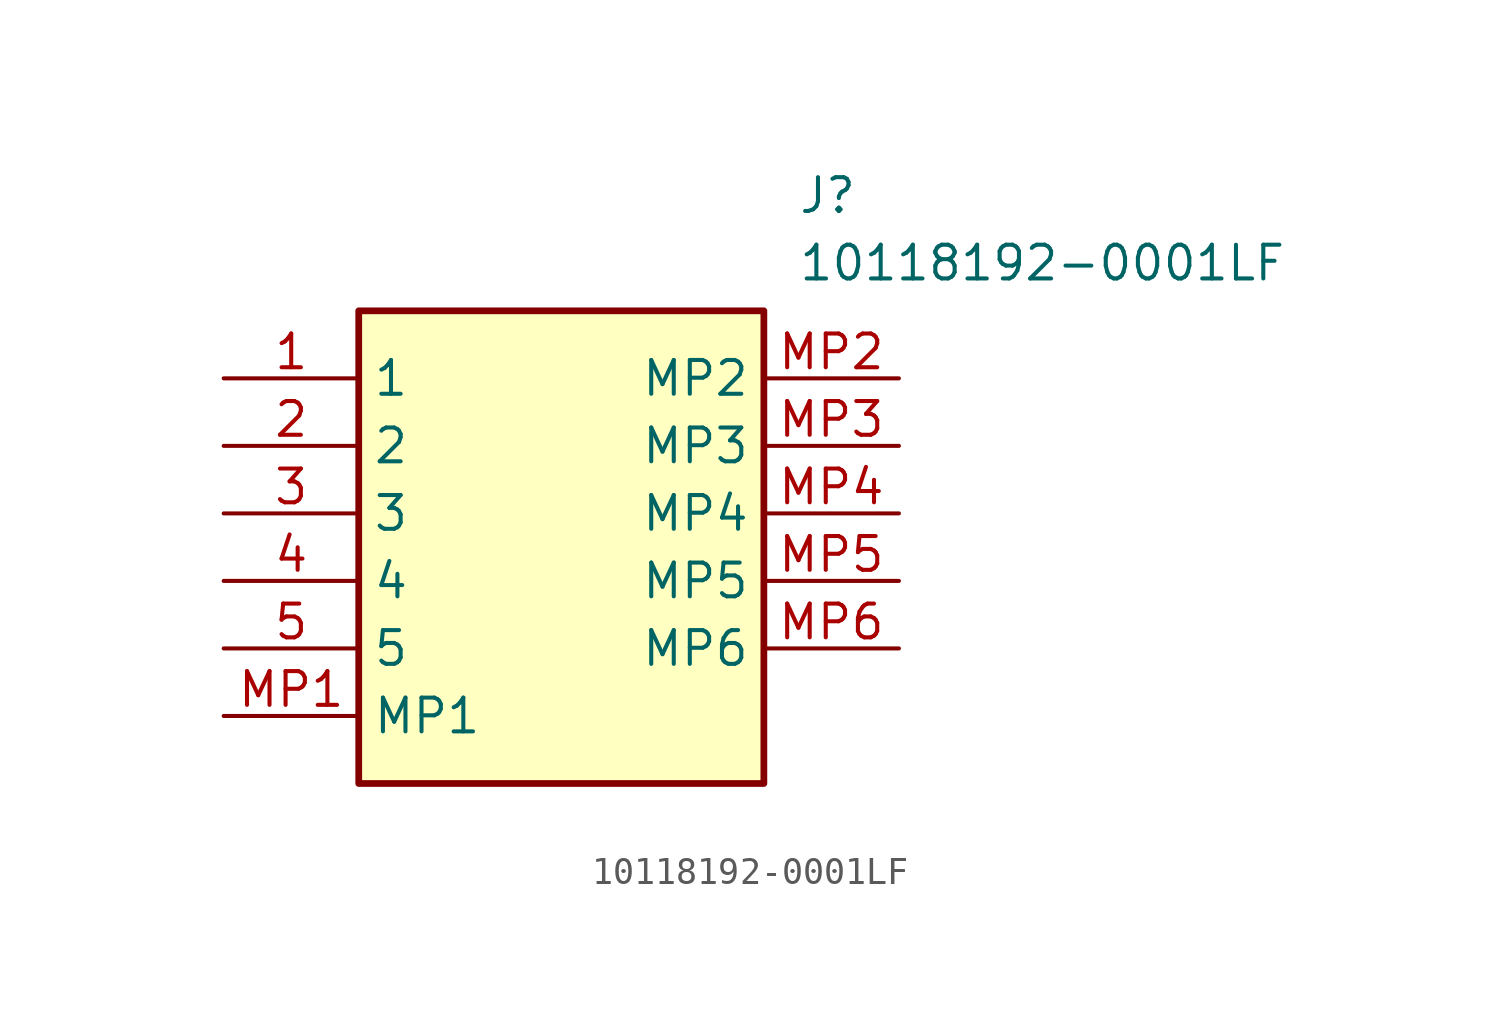
<source format=kicad_sym>
(kicad_symbol_lib
  (version 20211014)
  (generator SamacSys_ECAD_Model)
  (symbol "10118192-0001LF"
    (property "Reference" "J"
      (at 21.59 7.62 0)
      (effects (font (size 1.27 1.27)) (justify left top)))
    (property "Value" "10118192-0001LF"
      (at 21.59 5.08 0)
      (effects (font (size 1.27 1.27)) (justify left top)))
    (rectangle
      (start 5.08 2.54)
      (end 20.32 -15.24)
      (stroke (width 0.254) (type default))
      (fill (type background)))
    (pin passive line
      (at 0 0 0)
      (length 5.08)
      (name "1" (effects (font (size 1.27 1.27))))
      (number "1" (effects (font (size 1.27 1.27)))))
    (pin passive line
      (at 0 -2.54 0)
      (length 5.08)
      (name "2" (effects (font (size 1.27 1.27))))
      (number "2" (effects (font (size 1.27 1.27)))))
    (pin passive line
      (at 0 -5.08 0)
      (length 5.08)
      (name "3" (effects (font (size 1.27 1.27))))
      (number "3" (effects (font (size 1.27 1.27)))))
    (pin passive line
      (at 0 -7.62 0)
      (length 5.08)
      (name "4" (effects (font (size 1.27 1.27))))
      (number "4" (effects (font (size 1.27 1.27)))))
    (pin passive line
      (at 0 -10.16 0)
      (length 5.08)
      (name "5" (effects (font (size 1.27 1.27))))
      (number "5" (effects (font (size 1.27 1.27)))))
    (pin passive line
      (at 0 -12.7 0)
      (length 5.08)
      (name "MP1" (effects (font (size 1.27 1.27))))
      (number "MP1" (effects (font (size 1.27 1.27)))))
    (pin passive line
      (at 25.4 0 180)
      (length 5.08)
      (name "MP2" (effects (font (size 1.27 1.27))))
      (number "MP2" (effects (font (size 1.27 1.27)))))
    (pin passive line
      (at 25.4 -2.54 180)
      (length 5.08)
      (name "MP3" (effects (font (size 1.27 1.27))))
      (number "MP3" (effects (font (size 1.27 1.27)))))
    (pin passive line
      (at 25.4 -5.08 180)
      (length 5.08)
      (name "MP4" (effects (font (size 1.27 1.27))))
      (number "MP4" (effects (font (size 1.27 1.27)))))
    (pin passive line
      (at 25.4 -7.62 180)
      (length 5.08)
      (name "MP5" (effects (font (size 1.27 1.27))))
      (number "MP5" (effects (font (size 1.27 1.27)))))
    (pin passive line
      (at 25.4 -10.16 180)
      (length 5.08)
      (name "MP6" (effects (font (size 1.27 1.27))))
      (number "MP6" (effects (font (size 1.27 1.27)))))))
</source>
